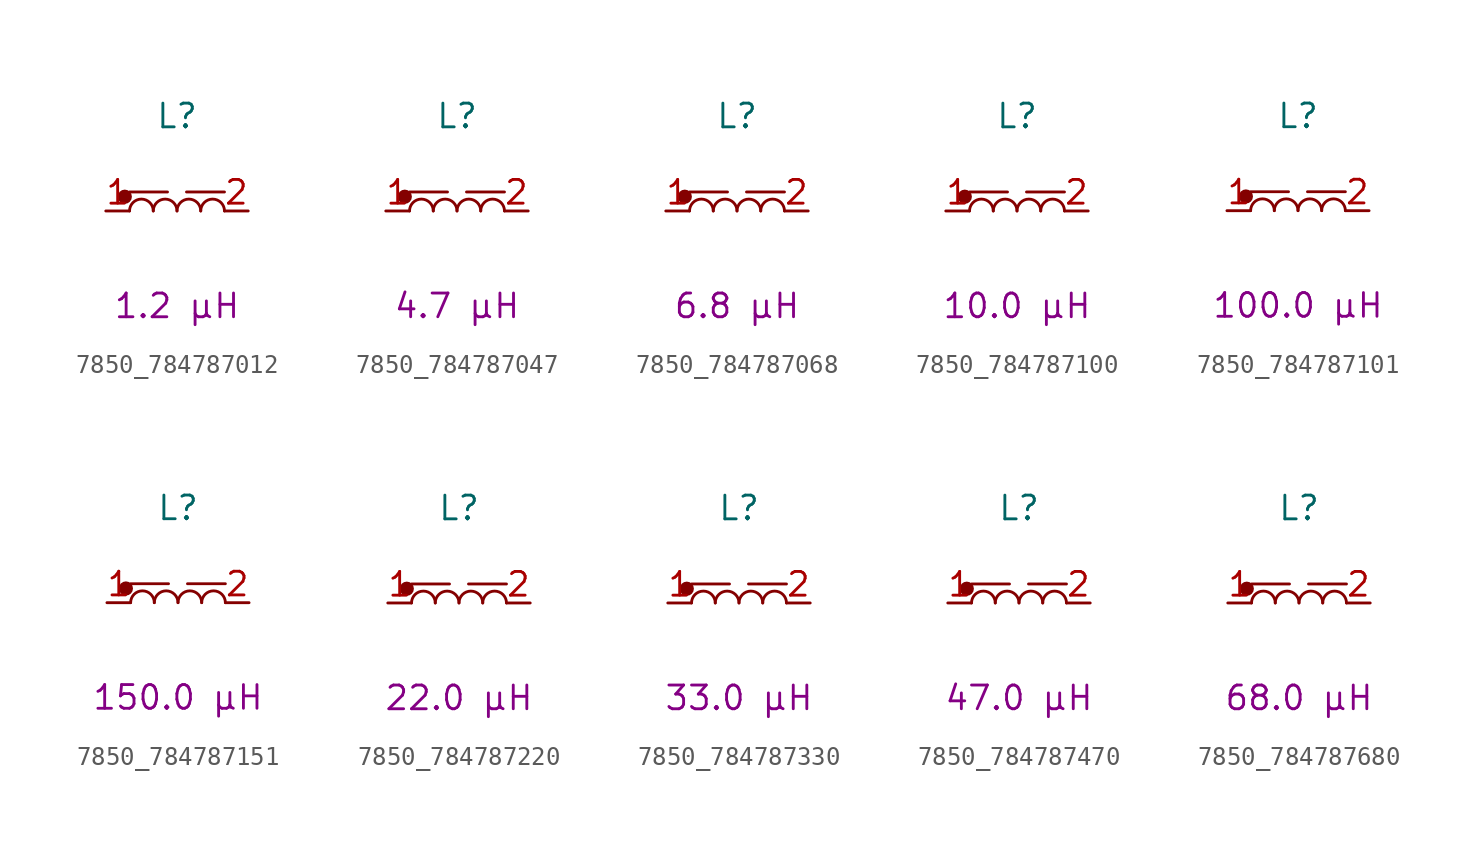
<source format=kicad_sym>
(kicad_symbol_lib
  (version 20220914)
  (generator kicad_symbol_editor)
  (symbol "7850_784787012"
    (pin_names hide)
    (property "Reference" "L"
      (at 0 5.08 0)
      (effects (font (size 1.27 1.27))))
    (property "Critical Parameter" "1.2 µH"
      (at 0 -5.08 0)
      (effects (font (size 1.27 1.27))))
    (symbol "7850_784787012_0_1"
      (arc (start -1.27 0) (mid -1.905 0.6323) (end -2.54 0) (stroke (width 0) (type default)) (fill (type none)))
      (arc (start 0 0) (mid -0.635 0.6323) (end -1.27 0) (stroke (width 0) (type default)) (fill (type none)))
      (polyline (pts (xy -2.54 1.016) (xy -0.508 1.016)) (stroke (width 0) (type default)) (fill (type none)))
      (arc (start 1.27 0) (mid 0.635 0.6323) (end 0 0) (stroke (width 0) (type default)) (fill (type none)))
      (arc (start 2.54 0) (mid 1.905 0.6323) (end 1.27 0) (stroke (width 0) (type default)) (fill (type none))))
    (symbol "7850_784787012_1_1"
      (circle (center -2.794 0.762) (radius 0.0001) (stroke (width 0.381) (type default)) (fill (type none)))
      (polyline (pts (xy 2.54 1.016) (xy 0.508 1.016)) (stroke (width 0) (type default)) (fill (type none)))
      (pin passive line (at -3.81 0 0) (length 1.27) (name "1" (effects (font (size 1.27 1.27)))) (number "1" (effects (font (size 1.27 1.27)))))
      (pin passive line (at 3.81 0 180) (length 1.27) (name "2" (effects (font (size 1.27 1.27)))) (number "2" (effects (font (size 1.27 1.27)))))))
  (symbol "7850_784787047"
    (pin_names hide)
    (property "Reference" "L"
      (at 0 5.08 0)
      (effects (font (size 1.27 1.27))))
    (property "Critical Parameter" "4.7 µH"
      (at 0 -5.08 0)
      (effects (font (size 1.27 1.27))))
    (symbol "7850_784787047_0_1"
      (arc (start -1.27 0) (mid -1.905 0.6323) (end -2.54 0) (stroke (width 0) (type default)) (fill (type none)))
      (arc (start 0 0) (mid -0.635 0.6323) (end -1.27 0) (stroke (width 0) (type default)) (fill (type none)))
      (polyline (pts (xy -2.54 1.016) (xy -0.508 1.016)) (stroke (width 0) (type default)) (fill (type none)))
      (arc (start 1.27 0) (mid 0.635 0.6323) (end 0 0) (stroke (width 0) (type default)) (fill (type none)))
      (arc (start 2.54 0) (mid 1.905 0.6323) (end 1.27 0) (stroke (width 0) (type default)) (fill (type none))))
    (symbol "7850_784787047_1_1"
      (circle (center -2.794 0.762) (radius 0.0001) (stroke (width 0.381) (type default)) (fill (type none)))
      (polyline (pts (xy 2.54 1.016) (xy 0.508 1.016)) (stroke (width 0) (type default)) (fill (type none)))
      (pin passive line (at -3.81 0 0) (length 1.27) (name "1" (effects (font (size 1.27 1.27)))) (number "1" (effects (font (size 1.27 1.27)))))
      (pin passive line (at 3.81 0 180) (length 1.27) (name "2" (effects (font (size 1.27 1.27)))) (number "2" (effects (font (size 1.27 1.27)))))))
  (symbol "7850_784787068"
    (pin_names hide)
    (property "Reference" "L"
      (at 0 5.08 0)
      (effects (font (size 1.27 1.27))))
    (property "Critical Parameter" "6.8 µH"
      (at 0 -5.08 0)
      (effects (font (size 1.27 1.27))))
    (symbol "7850_784787068_0_1"
      (arc (start -1.27 0) (mid -1.905 0.6323) (end -2.54 0) (stroke (width 0) (type default)) (fill (type none)))
      (arc (start 0 0) (mid -0.635 0.6323) (end -1.27 0) (stroke (width 0) (type default)) (fill (type none)))
      (polyline (pts (xy -2.54 1.016) (xy -0.508 1.016)) (stroke (width 0) (type default)) (fill (type none)))
      (arc (start 1.27 0) (mid 0.635 0.6323) (end 0 0) (stroke (width 0) (type default)) (fill (type none)))
      (arc (start 2.54 0) (mid 1.905 0.6323) (end 1.27 0) (stroke (width 0) (type default)) (fill (type none))))
    (symbol "7850_784787068_1_1"
      (circle (center -2.794 0.762) (radius 0.0001) (stroke (width 0.381) (type default)) (fill (type none)))
      (polyline (pts (xy 2.54 1.016) (xy 0.508 1.016)) (stroke (width 0) (type default)) (fill (type none)))
      (pin passive line (at -3.81 0 0) (length 1.27) (name "1" (effects (font (size 1.27 1.27)))) (number "1" (effects (font (size 1.27 1.27)))))
      (pin passive line (at 3.81 0 180) (length 1.27) (name "2" (effects (font (size 1.27 1.27)))) (number "2" (effects (font (size 1.27 1.27)))))))
  (symbol "7850_784787100"
    (pin_names hide)
    (property "Reference" "L"
      (at 0 5.08 0)
      (effects (font (size 1.27 1.27))))
    (property "Critical Parameter" "10.0 µH"
      (at 0 -5.08 0)
      (effects (font (size 1.27 1.27))))
    (symbol "7850_784787100_0_1"
      (arc (start -1.27 0) (mid -1.905 0.6323) (end -2.54 0) (stroke (width 0) (type default)) (fill (type none)))
      (arc (start 0 0) (mid -0.635 0.6323) (end -1.27 0) (stroke (width 0) (type default)) (fill (type none)))
      (polyline (pts (xy -2.54 1.016) (xy -0.508 1.016)) (stroke (width 0) (type default)) (fill (type none)))
      (arc (start 1.27 0) (mid 0.635 0.6323) (end 0 0) (stroke (width 0) (type default)) (fill (type none)))
      (arc (start 2.54 0) (mid 1.905 0.6323) (end 1.27 0) (stroke (width 0) (type default)) (fill (type none))))
    (symbol "7850_784787100_1_1"
      (circle (center -2.794 0.762) (radius 0.0001) (stroke (width 0.381) (type default)) (fill (type none)))
      (polyline (pts (xy 2.54 1.016) (xy 0.508 1.016)) (stroke (width 0) (type default)) (fill (type none)))
      (pin passive line (at -3.81 0 0) (length 1.27) (name "1" (effects (font (size 1.27 1.27)))) (number "1" (effects (font (size 1.27 1.27)))))
      (pin passive line (at 3.81 0 180) (length 1.27) (name "2" (effects (font (size 1.27 1.27)))) (number "2" (effects (font (size 1.27 1.27)))))))
  (symbol "7850_784787101"
    (pin_names hide)
    (property "Reference" "L"
      (at 0 5.08 0)
      (effects (font (size 1.27 1.27))))
    (property "Critical Parameter" "100.0 µH"
      (at 0 -5.08 0)
      (effects (font (size 1.27 1.27))))
    (symbol "7850_784787101_0_1"
      (arc (start -1.27 0) (mid -1.905 0.6323) (end -2.54 0) (stroke (width 0) (type default)) (fill (type none)))
      (arc (start 0 0) (mid -0.635 0.6323) (end -1.27 0) (stroke (width 0) (type default)) (fill (type none)))
      (polyline (pts (xy -2.54 1.016) (xy -0.508 1.016)) (stroke (width 0) (type default)) (fill (type none)))
      (arc (start 1.27 0) (mid 0.635 0.6323) (end 0 0) (stroke (width 0) (type default)) (fill (type none)))
      (arc (start 2.54 0) (mid 1.905 0.6323) (end 1.27 0) (stroke (width 0) (type default)) (fill (type none))))
    (symbol "7850_784787101_1_1"
      (circle (center -2.794 0.762) (radius 0.0001) (stroke (width 0.381) (type default)) (fill (type none)))
      (polyline (pts (xy 2.54 1.016) (xy 0.508 1.016)) (stroke (width 0) (type default)) (fill (type none)))
      (pin passive line (at -3.81 0 0) (length 1.27) (name "1" (effects (font (size 1.27 1.27)))) (number "1" (effects (font (size 1.27 1.27)))))
      (pin passive line (at 3.81 0 180) (length 1.27) (name "2" (effects (font (size 1.27 1.27)))) (number "2" (effects (font (size 1.27 1.27)))))))
  (symbol "7850_784787151"
    (pin_names hide)
    (property "Reference" "L"
      (at 0 5.08 0)
      (effects (font (size 1.27 1.27))))
    (property "Critical Parameter" "150.0 µH"
      (at 0 -5.08 0)
      (effects (font (size 1.27 1.27))))
    (symbol "7850_784787151_0_1"
      (arc (start -1.27 0) (mid -1.905 0.6323) (end -2.54 0) (stroke (width 0) (type default)) (fill (type none)))
      (arc (start 0 0) (mid -0.635 0.6323) (end -1.27 0) (stroke (width 0) (type default)) (fill (type none)))
      (polyline (pts (xy -2.54 1.016) (xy -0.508 1.016)) (stroke (width 0) (type default)) (fill (type none)))
      (arc (start 1.27 0) (mid 0.635 0.6323) (end 0 0) (stroke (width 0) (type default)) (fill (type none)))
      (arc (start 2.54 0) (mid 1.905 0.6323) (end 1.27 0) (stroke (width 0) (type default)) (fill (type none))))
    (symbol "7850_784787151_1_1"
      (circle (center -2.794 0.762) (radius 0.0001) (stroke (width 0.381) (type default)) (fill (type none)))
      (polyline (pts (xy 2.54 1.016) (xy 0.508 1.016)) (stroke (width 0) (type default)) (fill (type none)))
      (pin passive line (at -3.81 0 0) (length 1.27) (name "1" (effects (font (size 1.27 1.27)))) (number "1" (effects (font (size 1.27 1.27)))))
      (pin passive line (at 3.81 0 180) (length 1.27) (name "2" (effects (font (size 1.27 1.27)))) (number "2" (effects (font (size 1.27 1.27)))))))
  (symbol "7850_784787220"
    (pin_names hide)
    (property "Reference" "L"
      (at 0 5.08 0)
      (effects (font (size 1.27 1.27))))
    (property "Critical Parameter" "22.0 µH"
      (at 0 -5.08 0)
      (effects (font (size 1.27 1.27))))
    (symbol "7850_784787220_0_1"
      (arc (start -1.27 0) (mid -1.905 0.6323) (end -2.54 0) (stroke (width 0) (type default)) (fill (type none)))
      (arc (start 0 0) (mid -0.635 0.6323) (end -1.27 0) (stroke (width 0) (type default)) (fill (type none)))
      (polyline (pts (xy -2.54 1.016) (xy -0.508 1.016)) (stroke (width 0) (type default)) (fill (type none)))
      (arc (start 1.27 0) (mid 0.635 0.6323) (end 0 0) (stroke (width 0) (type default)) (fill (type none)))
      (arc (start 2.54 0) (mid 1.905 0.6323) (end 1.27 0) (stroke (width 0) (type default)) (fill (type none))))
    (symbol "7850_784787220_1_1"
      (circle (center -2.794 0.762) (radius 0.0001) (stroke (width 0.381) (type default)) (fill (type none)))
      (polyline (pts (xy 2.54 1.016) (xy 0.508 1.016)) (stroke (width 0) (type default)) (fill (type none)))
      (pin passive line (at -3.81 0 0) (length 1.27) (name "1" (effects (font (size 1.27 1.27)))) (number "1" (effects (font (size 1.27 1.27)))))
      (pin passive line (at 3.81 0 180) (length 1.27) (name "2" (effects (font (size 1.27 1.27)))) (number "2" (effects (font (size 1.27 1.27)))))))
  (symbol "7850_784787330"
    (pin_names hide)
    (property "Reference" "L"
      (at 0 5.08 0)
      (effects (font (size 1.27 1.27))))
    (property "Critical Parameter" "33.0 µH"
      (at 0 -5.08 0)
      (effects (font (size 1.27 1.27))))
    (symbol "7850_784787330_0_1"
      (arc (start -1.27 0) (mid -1.905 0.6323) (end -2.54 0) (stroke (width 0) (type default)) (fill (type none)))
      (arc (start 0 0) (mid -0.635 0.6323) (end -1.27 0) (stroke (width 0) (type default)) (fill (type none)))
      (polyline (pts (xy -2.54 1.016) (xy -0.508 1.016)) (stroke (width 0) (type default)) (fill (type none)))
      (arc (start 1.27 0) (mid 0.635 0.6323) (end 0 0) (stroke (width 0) (type default)) (fill (type none)))
      (arc (start 2.54 0) (mid 1.905 0.6323) (end 1.27 0) (stroke (width 0) (type default)) (fill (type none))))
    (symbol "7850_784787330_1_1"
      (circle (center -2.794 0.762) (radius 0.0001) (stroke (width 0.381) (type default)) (fill (type none)))
      (polyline (pts (xy 2.54 1.016) (xy 0.508 1.016)) (stroke (width 0) (type default)) (fill (type none)))
      (pin passive line (at -3.81 0 0) (length 1.27) (name "1" (effects (font (size 1.27 1.27)))) (number "1" (effects (font (size 1.27 1.27)))))
      (pin passive line (at 3.81 0 180) (length 1.27) (name "2" (effects (font (size 1.27 1.27)))) (number "2" (effects (font (size 1.27 1.27)))))))
  (symbol "7850_784787470"
    (pin_names hide)
    (property "Reference" "L"
      (at 0 5.08 0)
      (effects (font (size 1.27 1.27))))
    (property "Critical Parameter" "47.0 µH"
      (at 0 -5.08 0)
      (effects (font (size 1.27 1.27))))
    (symbol "7850_784787470_0_1"
      (arc (start -1.27 0) (mid -1.905 0.6323) (end -2.54 0) (stroke (width 0) (type default)) (fill (type none)))
      (arc (start 0 0) (mid -0.635 0.6323) (end -1.27 0) (stroke (width 0) (type default)) (fill (type none)))
      (polyline (pts (xy -2.54 1.016) (xy -0.508 1.016)) (stroke (width 0) (type default)) (fill (type none)))
      (arc (start 1.27 0) (mid 0.635 0.6323) (end 0 0) (stroke (width 0) (type default)) (fill (type none)))
      (arc (start 2.54 0) (mid 1.905 0.6323) (end 1.27 0) (stroke (width 0) (type default)) (fill (type none))))
    (symbol "7850_784787470_1_1"
      (circle (center -2.794 0.762) (radius 0.0001) (stroke (width 0.381) (type default)) (fill (type none)))
      (polyline (pts (xy 2.54 1.016) (xy 0.508 1.016)) (stroke (width 0) (type default)) (fill (type none)))
      (pin passive line (at -3.81 0 0) (length 1.27) (name "1" (effects (font (size 1.27 1.27)))) (number "1" (effects (font (size 1.27 1.27)))))
      (pin passive line (at 3.81 0 180) (length 1.27) (name "2" (effects (font (size 1.27 1.27)))) (number "2" (effects (font (size 1.27 1.27)))))))
  (symbol "7850_784787680"
    (pin_names hide)
    (property "Reference" "L"
      (at 0 5.08 0)
      (effects (font (size 1.27 1.27))))
    (property "Critical Parameter" "68.0 µH"
      (at 0 -5.08 0)
      (effects (font (size 1.27 1.27))))
    (symbol "7850_784787680_0_1"
      (arc (start -1.27 0) (mid -1.905 0.6323) (end -2.54 0) (stroke (width 0) (type default)) (fill (type none)))
      (arc (start 0 0) (mid -0.635 0.6323) (end -1.27 0) (stroke (width 0) (type default)) (fill (type none)))
      (polyline (pts (xy -2.54 1.016) (xy -0.508 1.016)) (stroke (width 0) (type default)) (fill (type none)))
      (arc (start 1.27 0) (mid 0.635 0.6323) (end 0 0) (stroke (width 0) (type default)) (fill (type none)))
      (arc (start 2.54 0) (mid 1.905 0.6323) (end 1.27 0) (stroke (width 0) (type default)) (fill (type none))))
    (symbol "7850_784787680_1_1"
      (circle (center -2.794 0.762) (radius 0.0001) (stroke (width 0.381) (type default)) (fill (type none)))
      (polyline (pts (xy 2.54 1.016) (xy 0.508 1.016)) (stroke (width 0) (type default)) (fill (type none)))
      (pin passive line (at -3.81 0 0) (length 1.27) (name "1" (effects (font (size 1.27 1.27)))) (number "1" (effects (font (size 1.27 1.27)))))
      (pin passive line (at 3.81 0 180) (length 1.27) (name "2" (effects (font (size 1.27 1.27)))) (number "2" (effects (font (size 1.27 1.27))))))))
</source>
